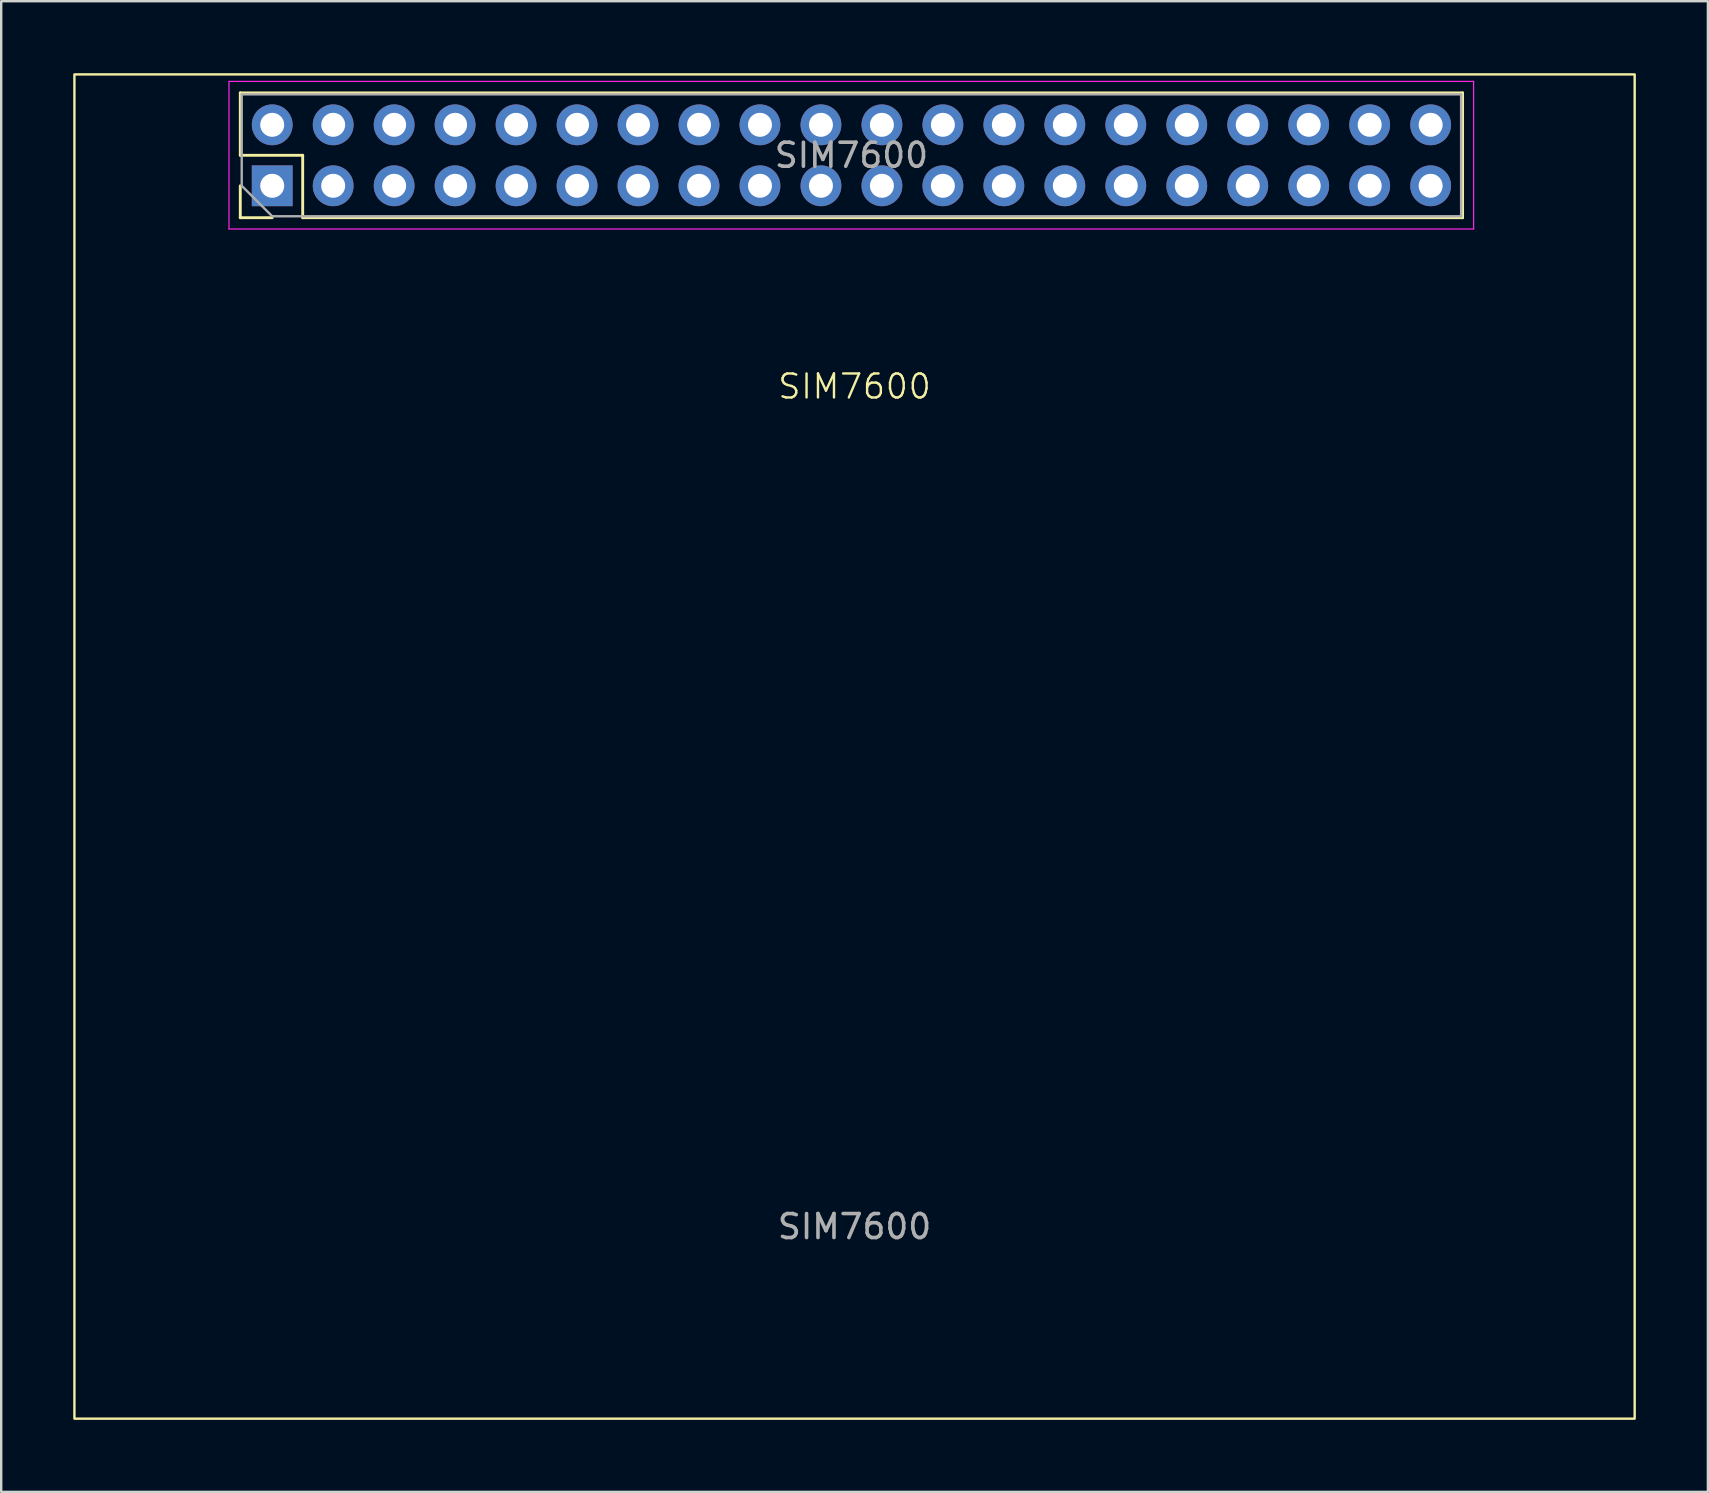
<source format=kicad_pcb>
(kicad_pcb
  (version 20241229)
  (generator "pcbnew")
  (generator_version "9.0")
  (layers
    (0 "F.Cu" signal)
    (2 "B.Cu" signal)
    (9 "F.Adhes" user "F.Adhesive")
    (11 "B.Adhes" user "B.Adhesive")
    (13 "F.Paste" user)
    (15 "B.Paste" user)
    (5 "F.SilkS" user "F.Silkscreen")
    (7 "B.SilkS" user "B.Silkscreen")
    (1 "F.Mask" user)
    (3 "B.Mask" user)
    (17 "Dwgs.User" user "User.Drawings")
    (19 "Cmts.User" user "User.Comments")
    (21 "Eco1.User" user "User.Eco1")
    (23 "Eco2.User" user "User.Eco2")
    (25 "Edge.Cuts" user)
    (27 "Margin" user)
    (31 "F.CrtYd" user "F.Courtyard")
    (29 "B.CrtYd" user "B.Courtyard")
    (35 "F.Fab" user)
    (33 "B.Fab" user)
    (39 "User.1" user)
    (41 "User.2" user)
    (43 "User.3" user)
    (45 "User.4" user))
  (footprint "SIM7600"
    (layer "F.Cu")
    (at 32.55 28.05)
    (property "Reference" "SIM7600" (at 0 -15 0) (unlocked yes) (layer "F.SilkS") (effects (font (size 1 1) (thickness 0.1))))
    (attr through_hole)
    (fp_line (start -25.59 -27.23) (end 25.33 -27.23) (stroke (width 0.12) (type solid)) (layer "F.SilkS"))
    (fp_line (start -25.59 -24.63) (end -25.59 -27.23) (stroke (width 0.12) (type solid)) (layer "F.SilkS"))
    (fp_line (start -25.59 -22.03) (end -25.59 -23.36) (stroke (width 0.12) (type solid)) (layer "F.SilkS"))
    (fp_line (start -24.26 -22.03) (end -25.59 -22.03) (stroke (width 0.12) (type solid)) (layer "F.SilkS"))
    (fp_line (start -22.99 -24.63) (end -25.59 -24.63) (stroke (width 0.12) (type solid)) (layer "F.SilkS"))
    (fp_line (start -22.99 -22.03) (end -22.99 -24.63) (stroke (width 0.12) (type solid)) (layer "F.SilkS"))
    (fp_line (start -22.99 -22.03) (end 25.33 -22.03) (stroke (width 0.12) (type solid)) (layer "F.SilkS"))
    (fp_line (start 25.33 -22.03) (end 25.33 -27.23) (stroke (width 0.12) (type solid)) (layer "F.SilkS"))
    (fp_rect (start -32.5 -28) (end 32.5 28) (stroke (width 0.1) (type default)) (fill no) (layer "F.SilkS"))
    (fp_line (start -26.06 -27.71) (end -26.06 -21.56) (stroke (width 0.05) (type solid)) (layer "F.CrtYd"))
    (fp_line (start -26.06 -21.56) (end 25.79 -21.56) (stroke (width 0.05) (type solid)) (layer "F.CrtYd"))
    (fp_line (start 25.79 -27.71) (end -26.06 -27.71) (stroke (width 0.05) (type solid)) (layer "F.CrtYd"))
    (fp_line (start 25.79 -21.56) (end 25.79 -27.71) (stroke (width 0.05) (type solid)) (layer "F.CrtYd"))
    (fp_line (start -25.53 -27.17) (end 25.27 -27.17) (stroke (width 0.1) (type solid)) (layer "F.Fab"))
    (fp_line (start -25.53 -23.36) (end -25.53 -27.17) (stroke (width 0.1) (type solid)) (layer "F.Fab"))
    (fp_line (start -24.26 -22.09) (end -25.53 -23.36) (stroke (width 0.1) (type solid)) (layer "F.Fab"))
    (fp_line (start 25.27 -27.17) (end 25.27 -22.09) (stroke (width 0.1) (type solid)) (layer "F.Fab"))
    (fp_line (start 25.27 -22.09) (end -24.26 -22.09) (stroke (width 0.1) (type solid)) (layer "F.Fab"))
    (fp_text user "${REFERENCE}" (at 0 20 0) (unlocked yes) (layer "F.Fab") (effects (font (size 1 1) (thickness 0.15))))
    (fp_text user "${REFERENCE}" (at -0.13 -24.63 180) (layer "F.Fab") (effects (font (size 1 1) (thickness 0.15))))
    (pad "1" thru_hole rect (at -24.26 -23.36 90) (size 1.7 1.7) (drill 1) (layers "*.Cu" "*.Mask"))
    (pad "2" thru_hole oval (at -24.26 -25.9 90) (size 1.7 1.7) (drill 1) (layers "*.Cu" "*.Mask"))
    (pad "3" thru_hole oval (at -21.72 -23.36 90) (size 1.7 1.7) (drill 1) (layers "*.Cu" "*.Mask"))
    (pad "4" thru_hole oval (at -21.72 -25.9 90) (size 1.7 1.7) (drill 1) (layers "*.Cu" "*.Mask"))
    (pad "5" thru_hole oval (at -19.18 -23.36 90) (size 1.7 1.7) (drill 1) (layers "*.Cu" "*.Mask"))
    (pad "6" thru_hole oval (at -19.18 -25.9 90) (size 1.7 1.7) (drill 1) (layers "*.Cu" "*.Mask"))
    (pad "7" thru_hole oval (at -16.64 -23.36 90) (size 1.7 1.7) (drill 1) (layers "*.Cu" "*.Mask"))
    (pad "8" thru_hole oval (at -16.64 -25.9 90) (size 1.7 1.7) (drill 1) (layers "*.Cu" "*.Mask"))
    (pad "9" thru_hole oval (at -14.1 -23.36 90) (size 1.7 1.7) (drill 1) (layers "*.Cu" "*.Mask"))
    (pad "10" thru_hole oval (at -14.1 -25.9 90) (size 1.7 1.7) (drill 1) (layers "*.Cu" "*.Mask"))
    (pad "11" thru_hole oval (at -11.56 -23.36 90) (size 1.7 1.7) (drill 1) (layers "*.Cu" "*.Mask"))
    (pad "12" thru_hole oval (at -11.56 -25.9 90) (size 1.7 1.7) (drill 1) (layers "*.Cu" "*.Mask"))
    (pad "13" thru_hole oval (at -9.02 -23.36 90) (size 1.7 1.7) (drill 1) (layers "*.Cu" "*.Mask"))
    (pad "14" thru_hole oval (at -9.02 -25.9 90) (size 1.7 1.7) (drill 1) (layers "*.Cu" "*.Mask"))
    (pad "15" thru_hole oval (at -6.48 -23.36 90) (size 1.7 1.7) (drill 1) (layers "*.Cu" "*.Mask"))
    (pad "16" thru_hole oval (at -6.48 -25.9 90) (size 1.7 1.7) (drill 1) (layers "*.Cu" "*.Mask"))
    (pad "17" thru_hole oval (at -3.94 -23.36 90) (size 1.7 1.7) (drill 1) (layers "*.Cu" "*.Mask"))
    (pad "18" thru_hole oval (at -3.94 -25.9 90) (size 1.7 1.7) (drill 1) (layers "*.Cu" "*.Mask"))
    (pad "19" thru_hole oval (at -1.4 -23.36 90) (size 1.7 1.7) (drill 1) (layers "*.Cu" "*.Mask"))
    (pad "20" thru_hole oval (at -1.4 -25.9 90) (size 1.7 1.7) (drill 1) (layers "*.Cu" "*.Mask"))
    (pad "21" thru_hole oval (at 1.14 -23.36 90) (size 1.7 1.7) (drill 1) (layers "*.Cu" "*.Mask"))
    (pad "22" thru_hole oval (at 1.14 -25.9 90) (size 1.7 1.7) (drill 1) (layers "*.Cu" "*.Mask"))
    (pad "23" thru_hole oval (at 3.68 -23.36 90) (size 1.7 1.7) (drill 1) (layers "*.Cu" "*.Mask"))
    (pad "24" thru_hole oval (at 3.68 -25.9 90) (size 1.7 1.7) (drill 1) (layers "*.Cu" "*.Mask"))
    (pad "25" thru_hole oval (at 6.22 -23.36 90) (size 1.7 1.7) (drill 1) (layers "*.Cu" "*.Mask"))
    (pad "26" thru_hole oval (at 6.22 -25.9 90) (size 1.7 1.7) (drill 1) (layers "*.Cu" "*.Mask"))
    (pad "27" thru_hole oval (at 8.76 -23.36 90) (size 1.7 1.7) (drill 1) (layers "*.Cu" "*.Mask"))
    (pad "28" thru_hole oval (at 8.76 -25.9 90) (size 1.7 1.7) (drill 1) (layers "*.Cu" "*.Mask"))
    (pad "29" thru_hole oval (at 11.3 -23.36 90) (size 1.7 1.7) (drill 1) (layers "*.Cu" "*.Mask"))
    (pad "30" thru_hole oval (at 11.3 -25.9 90) (size 1.7 1.7) (drill 1) (layers "*.Cu" "*.Mask"))
    (pad "31" thru_hole oval (at 13.84 -23.36 90) (size 1.7 1.7) (drill 1) (layers "*.Cu" "*.Mask"))
    (pad "32" thru_hole oval (at 13.84 -25.9 90) (size 1.7 1.7) (drill 1) (layers "*.Cu" "*.Mask"))
    (pad "33" thru_hole oval (at 16.38 -23.36 90) (size 1.7 1.7) (drill 1) (layers "*.Cu" "*.Mask"))
    (pad "34" thru_hole oval (at 16.38 -25.9 90) (size 1.7 1.7) (drill 1) (layers "*.Cu" "*.Mask"))
    (pad "35" thru_hole oval (at 18.92 -23.36 90) (size 1.7 1.7) (drill 1) (layers "*.Cu" "*.Mask"))
    (pad "36" thru_hole oval (at 18.92 -25.9 90) (size 1.7 1.7) (drill 1) (layers "*.Cu" "*.Mask"))
    (pad "37" thru_hole oval (at 21.46 -23.36 90) (size 1.7 1.7) (drill 1) (layers "*.Cu" "*.Mask"))
    (pad "38" thru_hole oval (at 21.46 -25.9 90) (size 1.7 1.7) (drill 1) (layers "*.Cu" "*.Mask"))
    (pad "39" thru_hole oval (at 24 -23.36 90) (size 1.7 1.7) (drill 1) (layers "*.Cu" "*.Mask"))
    (pad "40" thru_hole oval (at 24 -25.9 90) (size 1.7 1.7) (drill 1) (layers "*.Cu" "*.Mask")))
  (gr_rect
    (start -3 -3)
    (end 68.1 59.1)
    (stroke (width 0.1) (type default))
    (fill no)
    (layer "Edge.Cuts")))
</source>
